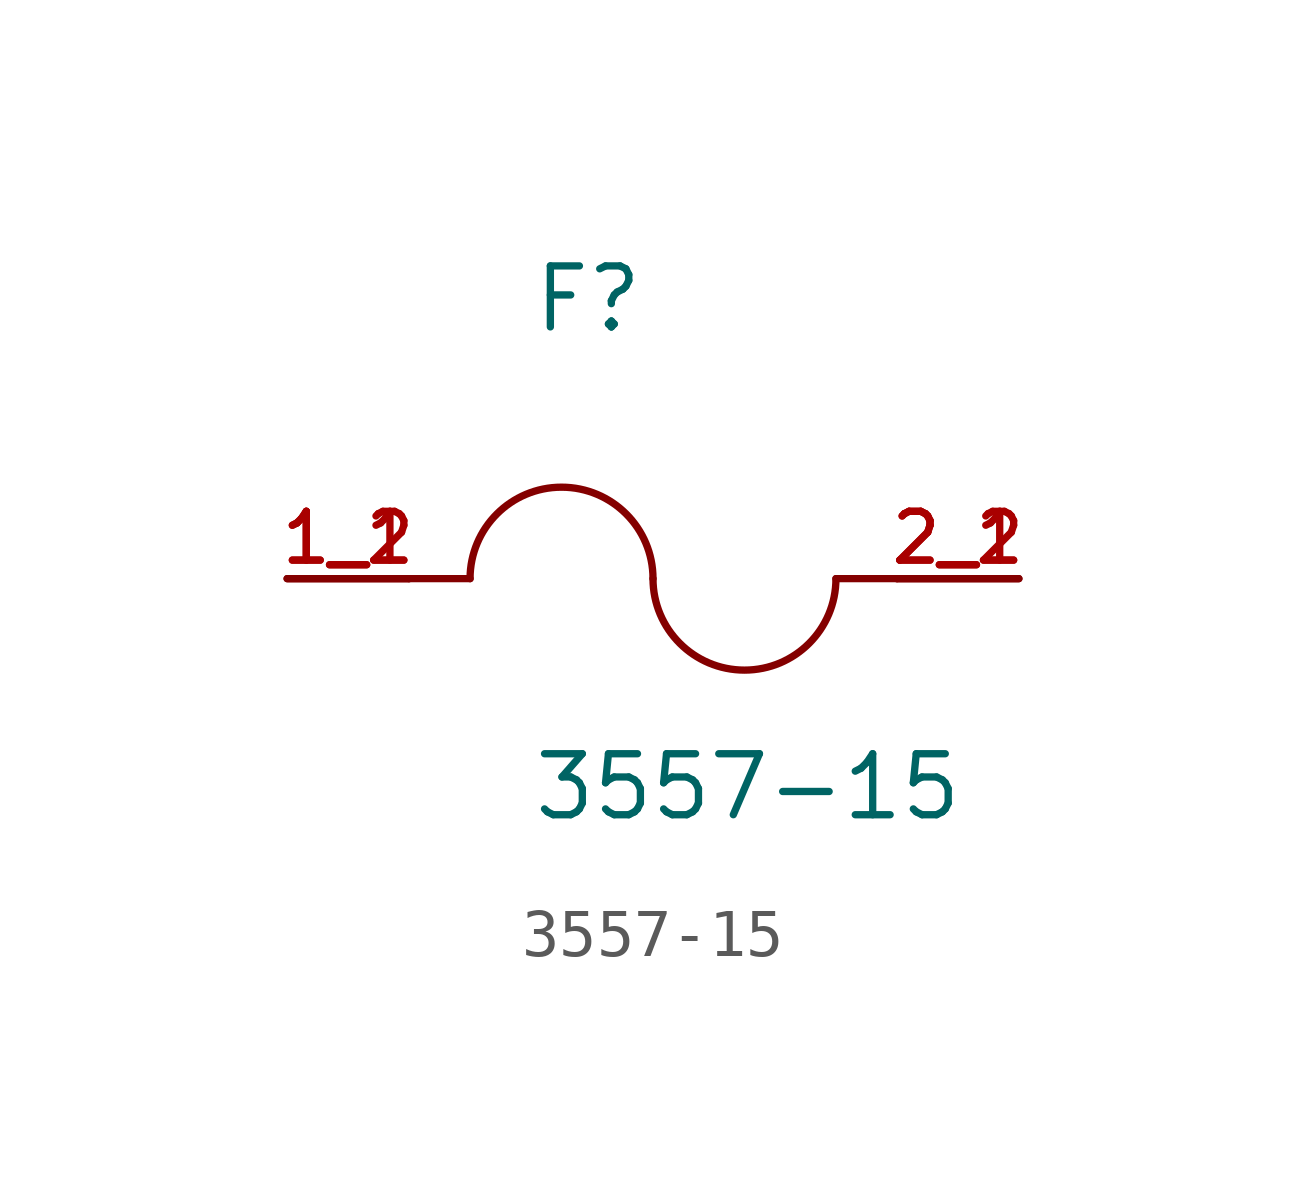
<source format=kicad_sym>
(kicad_symbol_lib
  (version 20211014)
  (generator kicad_symbol_editor)
  (symbol "3557-15"
    (pin_names
      (offset 1.016))
    (property "Reference" "F"
      (at -2.54 5.08 0)
      (effects (font (size 1.27 1.27)) (justify bottom left)))
    (property "Value" "3557-15"
      (at -2.54 -5.08 0)
      (effects (font (size 1.27 1.27)) (justify bottom left)))
    (symbol "3557-15_0_0"
      (arc (start 0.0 0.0) (mid -1.905 1.905) (end -3.81 0.0) (stroke (width 0.1524) (type default) (color 0 0 0 0)) (fill (type none)))
      (arc (start 3.81 0.0) (mid 1.905 -1.905) (end 0.0 0.0) (stroke (width 0.1524) (type default) (color 0 0 0 0)) (fill (type none)))
      (polyline (pts (xy 5.08 0.0) (xy 3.81 0.0)) (stroke (width 0.152)))
      (polyline (pts (xy -5.08 0.0) (xy -3.81 0.0)) (stroke (width 0.152)))
      (pin passive line (at -7.62 0.0 0) (length 2.54) (name "~" (effects (font (size 1.016 1.016)))) (number "1_1" (effects (font (size 1.016 1.016)))))
      (pin passive line (at 7.62 0.0 180.0) (length 2.54) (name "~" (effects (font (size 1.016 1.016)))) (number "2_1" (effects (font (size 1.016 1.016)))))
      (pin passive line (at -7.62 0.0 0) (length 2.54) (name "~" (effects (font (size 1.016 1.016)))) (number "1_2" (effects (font (size 1.016 1.016)))))
      (pin passive line (at 7.62 0.0 180.0) (length 2.54) (name "~" (effects (font (size 1.016 1.016)))) (number "2_2" (effects (font (size 1.016 1.016))))))))
</source>
